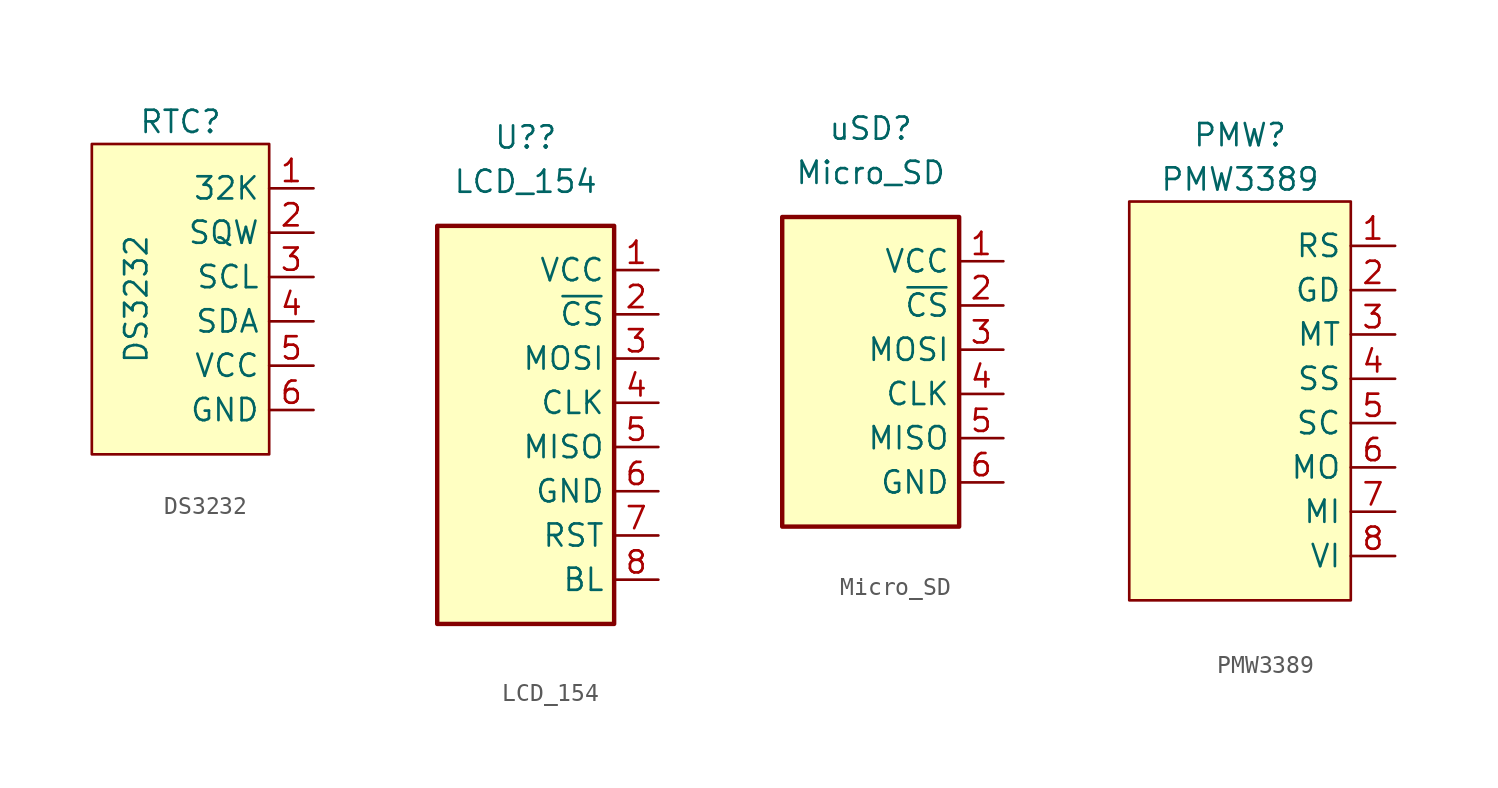
<source format=kicad_sym>
(kicad_symbol_lib
  (version 20211014)
  (generator kicad_symbol_editor)
  (symbol "DS3232"
    (property "Reference" "RTC"
      (at 0 8.89 0)
      (effects (font (size 1.27 1.27))))
    (property "Value" "DS3232"
      (at -2.54 -1.27 90)
      (effects (font (size 1.27 1.27))))
    (symbol "DS3232_0_0"
      (pin output line (at 7.62 5.08 180) (length 2.54) (name "32K" (effects (font (size 1.27 1.27)))) (number "1" (effects (font (size 1.27 1.27)))))
      (pin output line (at 7.62 2.54 180) (length 2.54) (name "SQW" (effects (font (size 1.27 1.27)))) (number "2" (effects (font (size 1.27 1.27)))))
      (pin bidirectional line (at 7.62 0 180) (length 2.54) (name "SCL" (effects (font (size 1.27 1.27)))) (number "3" (effects (font (size 1.27 1.27)))))
      (pin bidirectional line (at 7.62 -2.54 180) (length 2.54) (name "SDA" (effects (font (size 1.27 1.27)))) (number "4" (effects (font (size 1.27 1.27)))))
      (pin power_in line (at 7.62 -5.08 180) (length 2.54) (name "VCC" (effects (font (size 1.27 1.27)))) (number "5" (effects (font (size 1.27 1.27)))))
      (pin power_in line (at 7.62 -7.62 180) (length 2.54) (name "GND" (effects (font (size 1.27 1.27)))) (number "6" (effects (font (size 1.27 1.27))))))
    (symbol "DS3232_0_1"
      (rectangle (start -5.08 7.62) (end 5.08 -10.16) (stroke (width 0) (type default) (color 0 0 0 0)) (fill (type background)))))
  (symbol "LCD_154"
    (property "Reference" "U?"
      (at 5.08 5.08 0)
      (effects (font (size 1.27 1.27))))
    (property "Value" "LCD_154"
      (at 5.08 2.54 0)
      (effects (font (size 1.27 1.27))))
    (symbol "LCD_154_0_0"
      (pin input line (at 12.7 -17.78 180) (length 2.54) (name "RST" (effects (font (size 1.27 1.27)))) (number "7" (effects (font (size 1.27 1.27)))))
      (pin input line (at 12.7 -20.32 180) (length 2.54) (name "BL" (effects (font (size 1.27 1.27)))) (number "8" (effects (font (size 1.27 1.27))))))
    (symbol "LCD_154_0_1"
      (rectangle (start 0 0) (end 10.16 -22.86) (stroke (width 0.254) (type default) (color 0 0 0 0)) (fill (type background))))
    (symbol "LCD_154_1_1"
      (pin power_in line (at 12.7 -2.54 180) (length 2.54) (name "VCC" (effects (font (size 1.27 1.27)))) (number "1" (effects (font (size 1.27 1.27)))))
      (pin input line (at 12.7 -5.08 180) (length 2.54) (name "~{CS}" (effects (font (size 1.27 1.27)))) (number "2" (effects (font (size 1.27 1.27)))))
      (pin bidirectional line (at 12.7 -7.62 180) (length 2.54) (name "MOSI" (effects (font (size 1.27 1.27)))) (number "3" (effects (font (size 1.27 1.27)))))
      (pin input line (at 12.7 -10.16 180) (length 2.54) (name "CLK" (effects (font (size 1.27 1.27)))) (number "4" (effects (font (size 1.27 1.27)))))
      (pin bidirectional line (at 12.7 -12.7 180) (length 2.54) (name "MISO" (effects (font (size 1.27 1.27)))) (number "5" (effects (font (size 1.27 1.27)))))
      (pin power_in line (at 12.7 -15.24 180) (length 2.54) (name "GND" (effects (font (size 1.27 1.27)))) (number "6" (effects (font (size 1.27 1.27)))))))
  (symbol "Micro_SD"
    (property "Reference" "uSD"
      (at 5.08 5.08 0)
      (effects (font (size 1.27 1.27))))
    (property "Value" "Micro_SD"
      (at 5.08 2.54 0)
      (effects (font (size 1.27 1.27))))
    (symbol "Micro_SD_0_1"
      (rectangle (start 0 0) (end 10.16 -17.78) (stroke (width 0.254) (type default) (color 0 0 0 0)) (fill (type background))))
    (symbol "Micro_SD_1_1"
      (pin power_in line (at 12.7 -2.54 180) (length 2.54) (name "VCC" (effects (font (size 1.27 1.27)))) (number "1" (effects (font (size 1.27 1.27)))))
      (pin input line (at 12.7 -5.08 180) (length 2.54) (name "~{CS}" (effects (font (size 1.27 1.27)))) (number "2" (effects (font (size 1.27 1.27)))))
      (pin bidirectional line (at 12.7 -7.62 180) (length 2.54) (name "MOSI" (effects (font (size 1.27 1.27)))) (number "3" (effects (font (size 1.27 1.27)))))
      (pin input line (at 12.7 -10.16 180) (length 2.54) (name "CLK" (effects (font (size 1.27 1.27)))) (number "4" (effects (font (size 1.27 1.27)))))
      (pin bidirectional line (at 12.7 -12.7 180) (length 2.54) (name "MISO" (effects (font (size 1.27 1.27)))) (number "5" (effects (font (size 1.27 1.27)))))
      (pin power_in line (at 12.7 -15.24 180) (length 2.54) (name "GND" (effects (font (size 1.27 1.27)))) (number "6" (effects (font (size 1.27 1.27)))))))
  (symbol "PMW3389"
    (property "Reference" "PMW"
      (at 0 16.51 0)
      (effects (font (size 1.27 1.27))))
    (property "Value" "PMW3389"
      (at 0 13.97 0)
      (effects (font (size 1.27 1.27))))
    (symbol "PMW3389_0_0"
      (pin input line (at 8.89 10.16 180) (length 2.54) (name "RS" (effects (font (size 1.27 1.27)))) (number "1" (effects (font (size 1.27 1.27)))))
      (pin power_in line (at 8.89 7.62 180) (length 2.54) (name "GD" (effects (font (size 1.27 1.27)))) (number "2" (effects (font (size 1.27 1.27)))))
      (pin output line (at 8.89 5.08 180) (length 2.54) (name "MT" (effects (font (size 1.27 1.27)))) (number "3" (effects (font (size 1.27 1.27)))))
      (pin input line (at 8.89 2.54 180) (length 2.54) (name "SS" (effects (font (size 1.27 1.27)))) (number "4" (effects (font (size 1.27 1.27)))))
      (pin input line (at 8.89 0 180) (length 2.54) (name "SC" (effects (font (size 1.27 1.27)))) (number "5" (effects (font (size 1.27 1.27)))))
      (pin bidirectional line (at 8.89 -2.54 180) (length 2.54) (name "MO" (effects (font (size 1.27 1.27)))) (number "6" (effects (font (size 1.27 1.27)))))
      (pin bidirectional line (at 8.89 -5.08 180) (length 2.54) (name "MI" (effects (font (size 1.27 1.27)))) (number "7" (effects (font (size 1.27 1.27)))))
      (pin power_in line (at 8.89 -7.62 180) (length 2.54) (name "VI" (effects (font (size 1.27 1.27)))) (number "8" (effects (font (size 1.27 1.27))))))
    (symbol "PMW3389_0_1"
      (rectangle (start -6.35 12.7) (end 6.35 -10.16) (stroke (width 0) (type default) (color 0 0 0 0)) (fill (type background))))))
</source>
